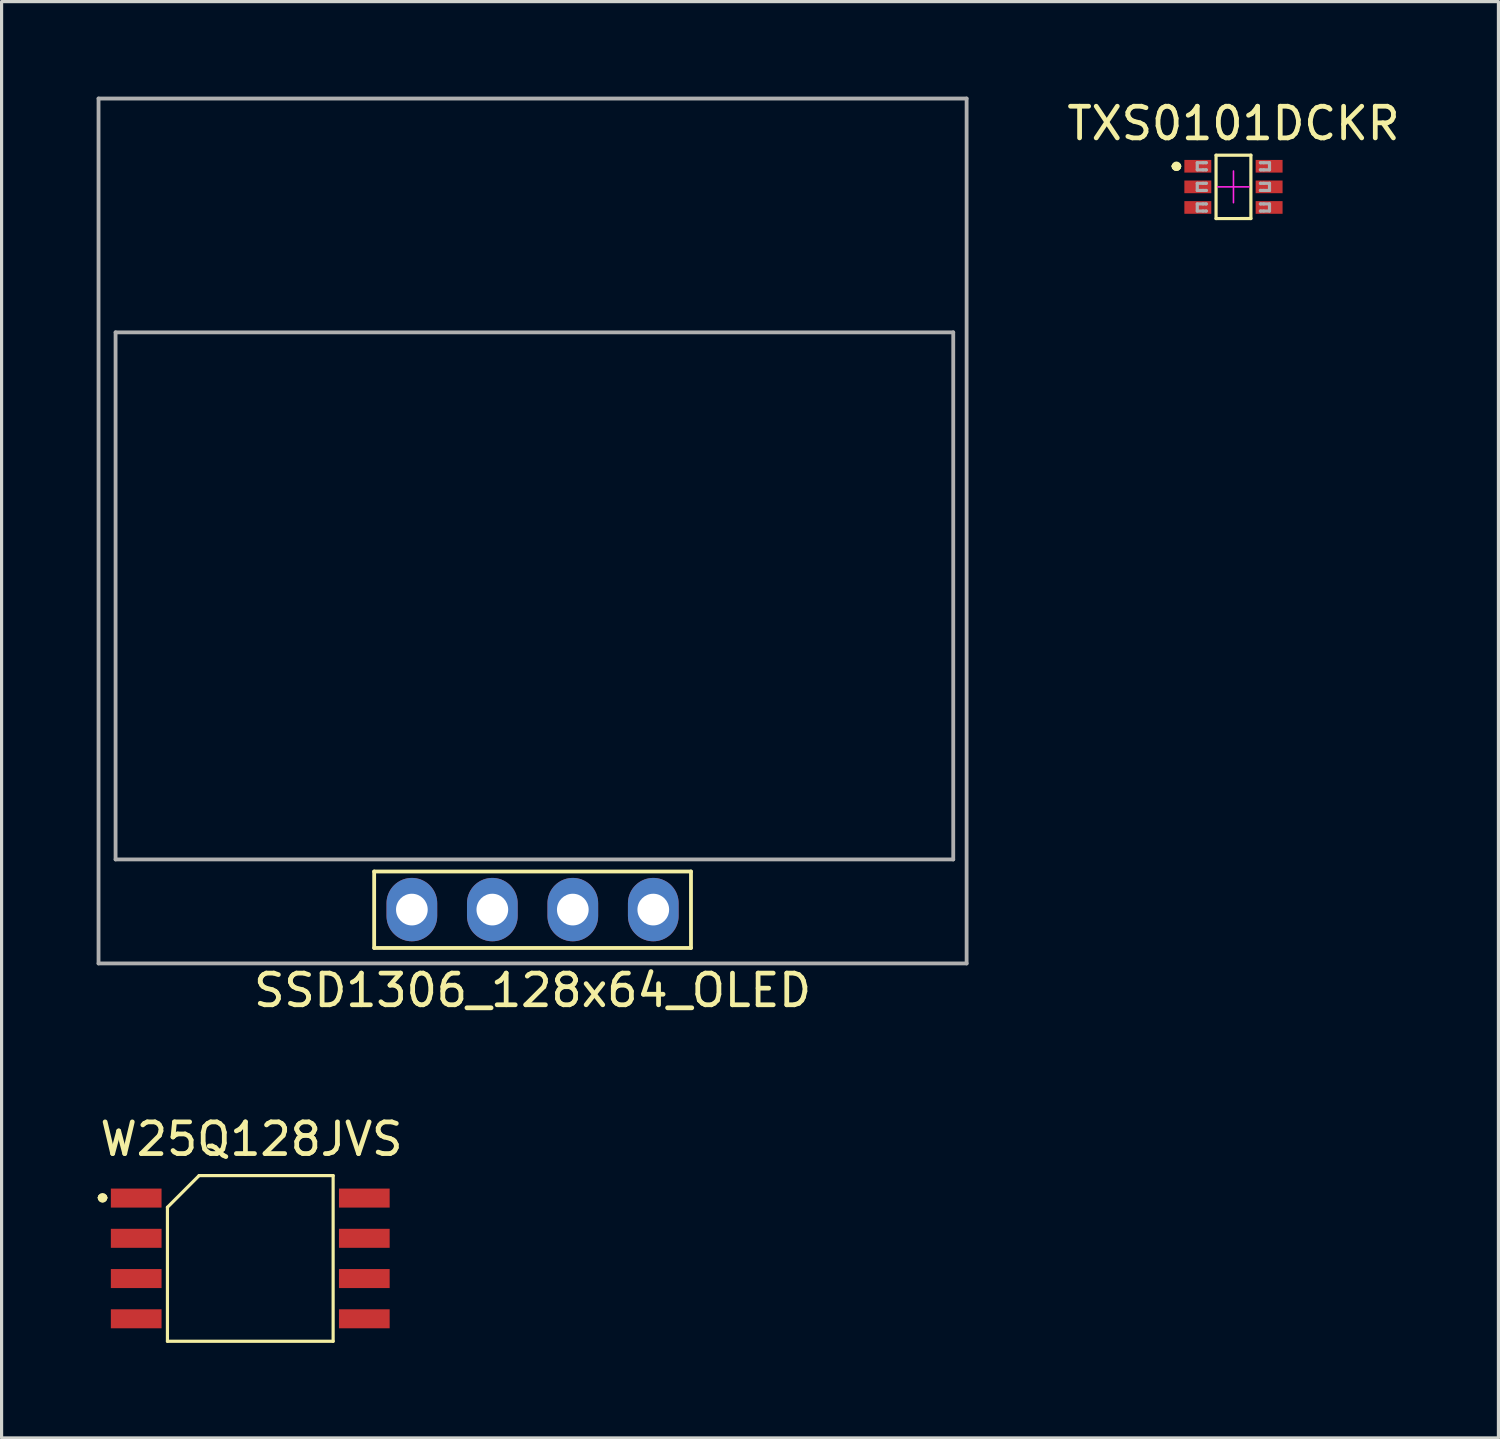
<source format=kicad_pcb>
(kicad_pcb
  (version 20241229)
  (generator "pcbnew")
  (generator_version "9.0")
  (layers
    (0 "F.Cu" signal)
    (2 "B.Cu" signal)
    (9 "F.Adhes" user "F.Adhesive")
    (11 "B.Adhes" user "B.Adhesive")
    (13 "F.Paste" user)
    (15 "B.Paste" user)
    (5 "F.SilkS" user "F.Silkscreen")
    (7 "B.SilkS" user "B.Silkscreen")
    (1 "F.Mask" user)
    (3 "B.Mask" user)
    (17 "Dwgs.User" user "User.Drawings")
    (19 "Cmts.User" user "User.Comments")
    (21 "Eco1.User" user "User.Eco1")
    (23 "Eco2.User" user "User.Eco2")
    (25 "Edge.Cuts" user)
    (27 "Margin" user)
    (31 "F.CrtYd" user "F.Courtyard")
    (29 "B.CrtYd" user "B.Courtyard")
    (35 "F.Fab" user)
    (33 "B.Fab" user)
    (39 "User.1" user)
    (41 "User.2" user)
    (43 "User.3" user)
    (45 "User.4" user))
  (footprint "SSD1306_128x64_OLED"
    (layer "F.Cu")
    (at 13.76 13.71)
    (property "Reference" "SSD1306_128x64_OLED" (at 0 14.5 180) (layer "F.SilkS") (effects (font (size 1 1) (thickness 0.15))))
    (attr through_hole)
    (fp_line (start -5 10.748) (end 5 10.748) (stroke (width 0.12) (type solid)) (layer "F.SilkS"))
    (fp_line (start -5 13.161) (end -5 10.748) (stroke (width 0.12) (type solid)) (layer "F.SilkS"))
    (fp_line (start 5 13.161) (end -5 13.161) (stroke (width 0.12) (type solid)) (layer "F.SilkS"))
    (fp_line (start 5 13.161) (end 5 10.748) (stroke (width 0.12) (type solid)) (layer "F.SilkS"))
    (fp_line (start -13.7 -13.65) (end 13.7 -13.65) (stroke (width 0.12) (type solid)) (layer "F.Fab"))
    (fp_line (start -13.7 13.65) (end -13.7 -13.65) (stroke (width 0.12) (type solid)) (layer "F.Fab"))
    (fp_line (start -13.162 -6.27) (end -13.162 10.367) (stroke (width 0.12) (type solid)) (layer "F.Fab"))
    (fp_line (start -13.162 -6.27) (end 13.278 -6.27) (stroke (width 0.12) (type solid)) (layer "F.Fab"))
    (fp_line (start 13.278 -6.27) (end 13.278 10.367) (stroke (width 0.12) (type solid)) (layer "F.Fab"))
    (fp_line (start 13.278 10.367) (end -13.162 10.367) (stroke (width 0.12) (type solid)) (layer "F.Fab"))
    (fp_line (start 13.7 -13.65) (end 13.7 13.65) (stroke (width 0.12) (type solid)) (layer "F.Fab"))
    (fp_line (start 13.7 13.65) (end -13.7 13.65) (stroke (width 0.12) (type solid)) (layer "F.Fab"))
    (pad "1" thru_hole oval (at 3.81 11.95 270) (size 2 1.6) (drill 1) (layers "*.Cu" "*.Mask"))
    (pad "2" thru_hole oval (at 1.27 11.95 270) (size 2 1.6) (drill 1) (layers "*.Cu" "*.Mask"))
    (pad "3" thru_hole oval (at -1.27 11.95 270) (size 2 1.6) (drill 1) (layers "*.Cu" "*.Mask"))
    (pad "4" thru_hole oval (at -3.81 11.95 270) (size 2 1.6) (drill 1) (layers "*.Cu" "*.Mask")))
  (footprint "TXS0101DCKR"
    (layer "F.Cu")
    (at 35.883 2.848)
    (property "Reference" "TXS0101DCKR" (at 0 -2 0) (layer "F.SilkS") (effects (font (size 1 1) (thickness 0.15))))
    (attr through_hole)
    (fp_line (start -1.85 -0.65) (end -1.85 -0.65) (stroke (width 0.2) (type solid)) (layer "F.SilkS"))
    (fp_line (start -1.85 -0.65) (end -1.85 -0.65) (stroke (width 0.2) (type solid)) (layer "F.SilkS"))
    (fp_line (start -1.75 -0.65) (end -1.75 -0.65) (stroke (width 0.2) (type solid)) (layer "F.SilkS"))
    (fp_line (start -0.55 -0.999) (end 0.55 -1) (stroke (width 0.1) (type solid)) (layer "F.SilkS"))
    (fp_line (start -0.55 1.001) (end -0.55 -0.999) (stroke (width 0.1) (type solid)) (layer "F.SilkS"))
    (fp_line (start -0.55 1.001) (end 0.55 1) (stroke (width 0.1) (type solid)) (layer "F.SilkS"))
    (fp_line (start 0.55 1) (end 0.55 -1) (stroke (width 0.1) (type solid)) (layer "F.SilkS"))
    (fp_arc (start -1.85 -0.65) (mid -1.8 -0.7) (end -1.75 -0.65) (stroke (width 0.2) (type solid)) (layer "F.SilkS"))
    (fp_arc (start -1.75 -0.65) (mid -1.8 -0.6) (end -1.85 -0.65) (stroke (width 0.2) (type solid)) (layer "F.SilkS"))
    (fp_arc (start -1.75 -0.65) (mid -1.8 -0.6) (end -1.85 -0.65) (stroke (width 0.2) (type solid)) (layer "F.SilkS"))
    (fp_line (start -0.5 0) (end 0.5 0) (stroke (width 0.05) (type solid)) (layer "F.CrtYd"))
    (fp_line (start -0.000003 0.5) (end -0.000003 -0.5) (stroke (width 0.05) (type solid)) (layer "F.CrtYd"))
    (fp_line (start -1.143 -0.762) (end -0.959 -0.762) (stroke (width 0.1) (type solid)) (layer "F.Fab"))
    (fp_line (start -1.143 -0.537) (end -1.143 -0.762) (stroke (width 0.1) (type solid)) (layer "F.Fab"))
    (fp_line (start -1.143 -0.537) (end -0.959 -0.537) (stroke (width 0.1) (type solid)) (layer "F.Fab"))
    (fp_line (start -1.143 -0.112) (end -0.959 -0.112) (stroke (width 0.1) (type solid)) (layer "F.Fab"))
    (fp_line (start -1.143 0.113) (end -1.143 -0.112) (stroke (width 0.1) (type solid)) (layer "F.Fab"))
    (fp_line (start -1.143 0.113) (end -0.959 0.113) (stroke (width 0.1) (type solid)) (layer "F.Fab"))
    (fp_line (start -1.143 0.538) (end -0.959 0.538) (stroke (width 0.1) (type solid)) (layer "F.Fab"))
    (fp_line (start -1.143 0.763) (end -1.143 0.538) (stroke (width 0.1) (type solid)) (layer "F.Fab"))
    (fp_line (start -1.143 0.763) (end -0.959 0.763) (stroke (width 0.1) (type solid)) (layer "F.Fab"))
    (fp_line (start -0.959 -0.762) (end -0.865 -0.762) (stroke (width 0.1) (type solid)) (layer "F.Fab"))
    (fp_line (start -0.959 -0.537) (end -0.865 -0.537) (stroke (width 0.1) (type solid)) (layer "F.Fab"))
    (fp_line (start -0.959 -0.112) (end -0.865 -0.112) (stroke (width 0.1) (type solid)) (layer "F.Fab"))
    (fp_line (start -0.959 0.113) (end -0.865 0.113) (stroke (width 0.1) (type solid)) (layer "F.Fab"))
    (fp_line (start -0.959 0.538) (end -0.865 0.538) (stroke (width 0.1) (type solid)) (layer "F.Fab"))
    (fp_line (start -0.959 0.763) (end -0.865 0.763) (stroke (width 0.1) (type solid)) (layer "F.Fab"))
    (fp_line (start -0.865 -0.762) (end -0.853 -0.762) (stroke (width 0.1) (type solid)) (layer "F.Fab"))
    (fp_line (start -0.865 -0.537) (end -0.853 -0.537) (stroke (width 0.1) (type solid)) (layer "F.Fab"))
    (fp_line (start -0.865 -0.112) (end -0.853 -0.112) (stroke (width 0.1) (type solid)) (layer "F.Fab"))
    (fp_line (start -0.865 0.113) (end -0.853 0.113) (stroke (width 0.1) (type solid)) (layer "F.Fab"))
    (fp_line (start -0.865 0.538) (end -0.853 0.538) (stroke (width 0.1) (type solid)) (layer "F.Fab"))
    (fp_line (start -0.865 0.763) (end -0.853 0.763) (stroke (width 0.1) (type solid)) (layer "F.Fab"))
    (fp_line (start 0.847 -0.762) (end 0.859 -0.762) (stroke (width 0.1) (type solid)) (layer "F.Fab"))
    (fp_line (start 0.847 -0.537) (end 0.859 -0.537) (stroke (width 0.1) (type solid)) (layer "F.Fab"))
    (fp_line (start 0.847 -0.112) (end 0.859 -0.112) (stroke (width 0.1) (type solid)) (layer "F.Fab"))
    (fp_line (start 0.847 0.113) (end 0.859 0.113) (stroke (width 0.1) (type solid)) (layer "F.Fab"))
    (fp_line (start 0.847 0.538) (end 0.859 0.538) (stroke (width 0.1) (type solid)) (layer "F.Fab"))
    (fp_line (start 0.847 0.763) (end 0.859 0.763) (stroke (width 0.1) (type solid)) (layer "F.Fab"))
    (fp_line (start 0.859 -0.762) (end 0.953 -0.762) (stroke (width 0.1) (type solid)) (layer "F.Fab"))
    (fp_line (start 0.859 -0.537) (end 0.953 -0.537) (stroke (width 0.1) (type solid)) (layer "F.Fab"))
    (fp_line (start 0.859 -0.112) (end 0.953 -0.112) (stroke (width 0.1) (type solid)) (layer "F.Fab"))
    (fp_line (start 0.859 0.113) (end 0.953 0.113) (stroke (width 0.1) (type solid)) (layer "F.Fab"))
    (fp_line (start 0.859 0.538) (end 0.953 0.538) (stroke (width 0.1) (type solid)) (layer "F.Fab"))
    (fp_line (start 0.859 0.763) (end 0.953 0.763) (stroke (width 0.1) (type solid)) (layer "F.Fab"))
    (fp_line (start 0.953 -0.762) (end 1.137 -0.762) (stroke (width 0.1) (type solid)) (layer "F.Fab"))
    (fp_line (start 0.953 -0.537) (end 1.137 -0.537) (stroke (width 0.1) (type solid)) (layer "F.Fab"))
    (fp_line (start 0.953 -0.112) (end 1.137 -0.112) (stroke (width 0.1) (type solid)) (layer "F.Fab"))
    (fp_line (start 0.953 0.113) (end 1.137 0.113) (stroke (width 0.1) (type solid)) (layer "F.Fab"))
    (fp_line (start 0.953 0.538) (end 1.137 0.538) (stroke (width 0.1) (type solid)) (layer "F.Fab"))
    (fp_line (start 0.953 0.763) (end 1.137 0.763) (stroke (width 0.1) (type solid)) (layer "F.Fab"))
    (fp_line (start 1.137 -0.537) (end 1.137 -0.762) (stroke (width 0.1) (type solid)) (layer "F.Fab"))
    (fp_line (start 1.137 0.113) (end 1.137 -0.112) (stroke (width 0.1) (type solid)) (layer "F.Fab"))
    (fp_line (start 1.137 0.763) (end 1.137 0.538) (stroke (width 0.1) (type solid)) (layer "F.Fab"))
    (pad "1" smd rect (at -1.125 -0.65 90) (size 0.4 0.85) (layers "F.Cu" "F.Mask" "F.Paste"))
    (pad "2" smd rect (at -1.125 0 90) (size 0.4 0.85) (layers "F.Cu" "F.Mask" "F.Paste"))
    (pad "3" smd rect (at -1.125 0.65 90) (size 0.4 0.85) (layers "F.Cu" "F.Mask" "F.Paste"))
    (pad "4" smd rect (at 1.125 0.65 90) (size 0.4 0.85) (layers "F.Cu" "F.Mask" "F.Paste"))
    (pad "5" smd rect (at 1.125 0 90) (size 0.4 0.85) (layers "F.Cu" "F.Mask" "F.Paste"))
    (pad "6" smd rect (at 1.125 -0.65 90) (size 0.4 0.85) (layers "F.Cu" "F.Mask" "F.Paste")))
  (footprint "W25Q128JVS"
    (layer "F.Cu")
    (at 4.887 36.706)
    (property "Reference" "W25Q128JVS" (at 0 -3.8 0) (unlocked yes) (layer "F.SilkS") (effects (font (size 1 1) (thickness 0.15))))
    (attr smd)
    (fp_line (start -4.75 -1.95) (end -4.75 -1.95) (stroke (width 0.2) (type solid)) (layer "F.SilkS"))
    (fp_line (start -4.75 -1.95) (end -4.75 -1.95) (stroke (width 0.2) (type solid)) (layer "F.SilkS"))
    (fp_line (start -4.65 -1.95) (end -4.65 -1.95) (stroke (width 0.2) (type solid)) (layer "F.SilkS"))
    (fp_line (start -2.652 -1.65) (end -1.653 -2.65) (stroke (width 0.1) (type solid)) (layer "F.SilkS"))
    (fp_line (start -2.652 2.58) (end -2.652 -1.65) (stroke (width 0.1) (type solid)) (layer "F.SilkS"))
    (fp_line (start -1.653 -2.65) (end 2.578 -2.65) (stroke (width 0.1) (type solid)) (layer "F.SilkS"))
    (fp_line (start 2.578 -2.65) (end 2.578 2.58) (stroke (width 0.1) (type solid)) (layer "F.SilkS"))
    (fp_line (start 2.578 2.58) (end -2.652 2.58) (stroke (width 0.1) (type solid)) (layer "F.SilkS"))
    (fp_arc (start -4.75 -1.95) (mid -4.7 -2) (end -4.65 -1.95) (stroke (width 0.2) (type solid)) (layer "F.SilkS"))
    (fp_arc (start -4.65 -1.95) (mid -4.7 -1.9) (end -4.75 -1.95) (stroke (width 0.2) (type solid)) (layer "F.SilkS"))
    (fp_arc (start -4.65 -1.95) (mid -4.7 -1.9) (end -4.75 -1.95) (stroke (width 0.2) (type solid)) (layer "F.SilkS"))
    (pad "1" smd rect (at -3.638 -1.94) (size 1.6 0.6) (layers "F.Cu" "F.Mask" "F.Paste"))
    (pad "2" smd rect (at -3.638 -0.67) (size 1.6 0.6) (layers "F.Cu" "F.Mask" "F.Paste"))
    (pad "3" smd rect (at -3.638 0.6) (size 1.6 0.6) (layers "F.Cu" "F.Mask" "F.Paste"))
    (pad "4" smd rect (at -3.638 1.87) (size 1.6 0.6) (layers "F.Cu" "F.Mask" "F.Paste"))
    (pad "5" smd rect (at 3.562 1.87) (size 1.6 0.6) (layers "F.Cu" "F.Mask" "F.Paste"))
    (pad "6" smd rect (at 3.562 0.6) (size 1.6 0.6) (layers "F.Cu" "F.Mask" "F.Paste"))
    (pad "7" smd rect (at 3.562 -0.67) (size 1.6 0.6) (layers "F.Cu" "F.Mask" "F.Paste"))
    (pad "8" smd rect (at 3.562 -1.94) (size 1.6 0.6) (layers "F.Cu" "F.Mask" "F.Paste")))
  (gr_rect
    (start -3 -3)
    (end 44.246 42.337)
    (stroke (width 0.1) (type default))
    (fill no)
    (layer "Edge.Cuts")))
</source>
